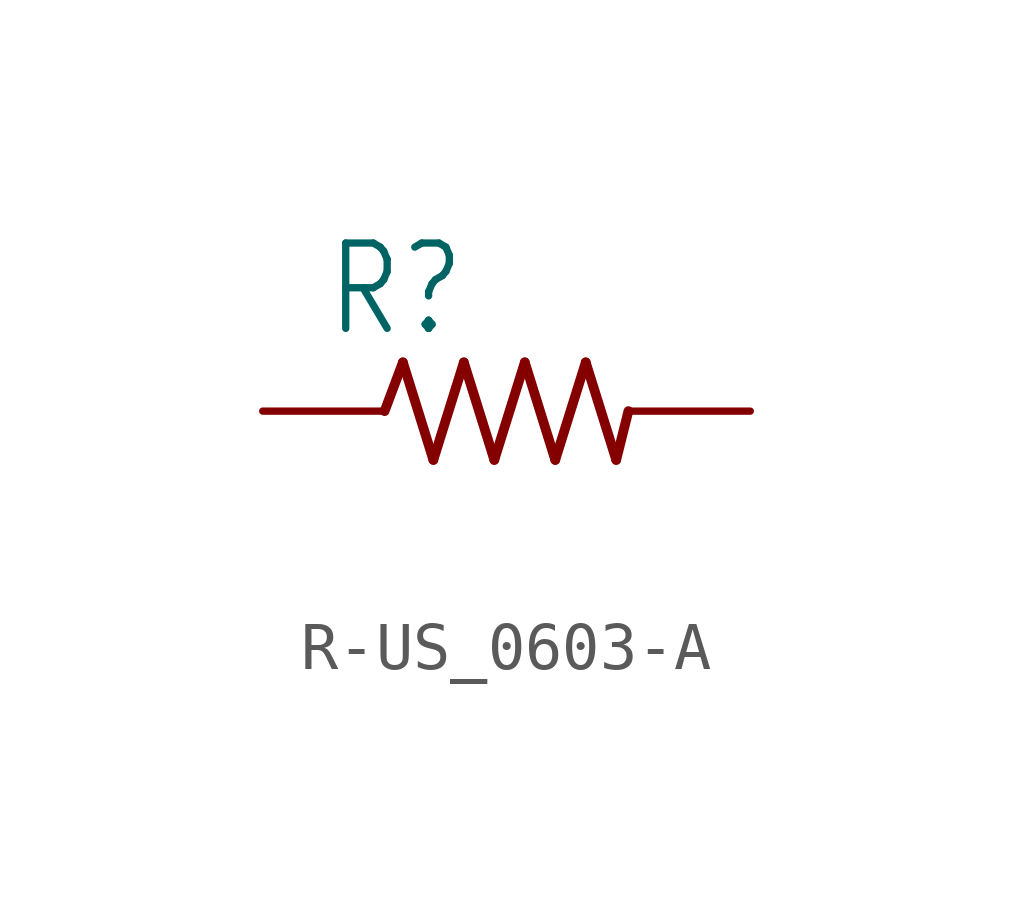
<source format=kicad_sym>
(kicad_symbol_lib
  (version 20241209)
  (generator "kicad_symbol_editor")
  (generator_version "9.0")
  (symbol "R-US_0603-A"
    (property "Reference" "R"
      (at -3.81 1.499 0)
      (effects (font (size 1.778 1.511)) (justify left bottom)))
    (property "Value" ""
      (at -3.81 -3.302 0)
      (effects (font (size 1.778 1.511)) (justify left bottom)))
    (property "ki_locked" ""
      (at 0 0 0)
      (effects (font (size 1.27 1.27))))
    (symbol "R-US_0603-A_1_0"
      (polyline (pts (xy -2.54 0) (xy -2.159 1.016)) (stroke (width 0.203) (type solid)) (fill (type none)))
      (polyline (pts (xy -2.159 1.016) (xy -1.524 -1.016)) (stroke (width 0.203) (type solid)) (fill (type none)))
      (polyline (pts (xy -1.524 -1.016) (xy -0.889 1.016)) (stroke (width 0.203) (type solid)) (fill (type none)))
      (polyline (pts (xy -0.889 1.016) (xy -0.254 -1.016)) (stroke (width 0.203) (type solid)) (fill (type none)))
      (polyline (pts (xy -0.254 -1.016) (xy 0.381 1.016)) (stroke (width 0.203) (type solid)) (fill (type none)))
      (polyline (pts (xy 0.381 1.016) (xy 1.016 -1.016)) (stroke (width 0.203) (type solid)) (fill (type none)))
      (polyline (pts (xy 1.016 -1.016) (xy 1.651 1.016)) (stroke (width 0.203) (type solid)) (fill (type none)))
      (polyline (pts (xy 1.651 1.016) (xy 2.286 -1.016)) (stroke (width 0.203) (type solid)) (fill (type none)))
      (polyline (pts (xy 2.286 -1.016) (xy 2.54 0)) (stroke (width 0.203) (type solid)) (fill (type none)))
      (pin passive line (at -5.08 0 0) (length 2.54) (name "1" (effects (font (size 0 0)))) (number "1" (effects (font (size 0 0)))))
      (pin passive line (at 5.08 0 180) (length 2.54) (name "2" (effects (font (size 0 0)))) (number "2" (effects (font (size 0 0))))))))
</source>
